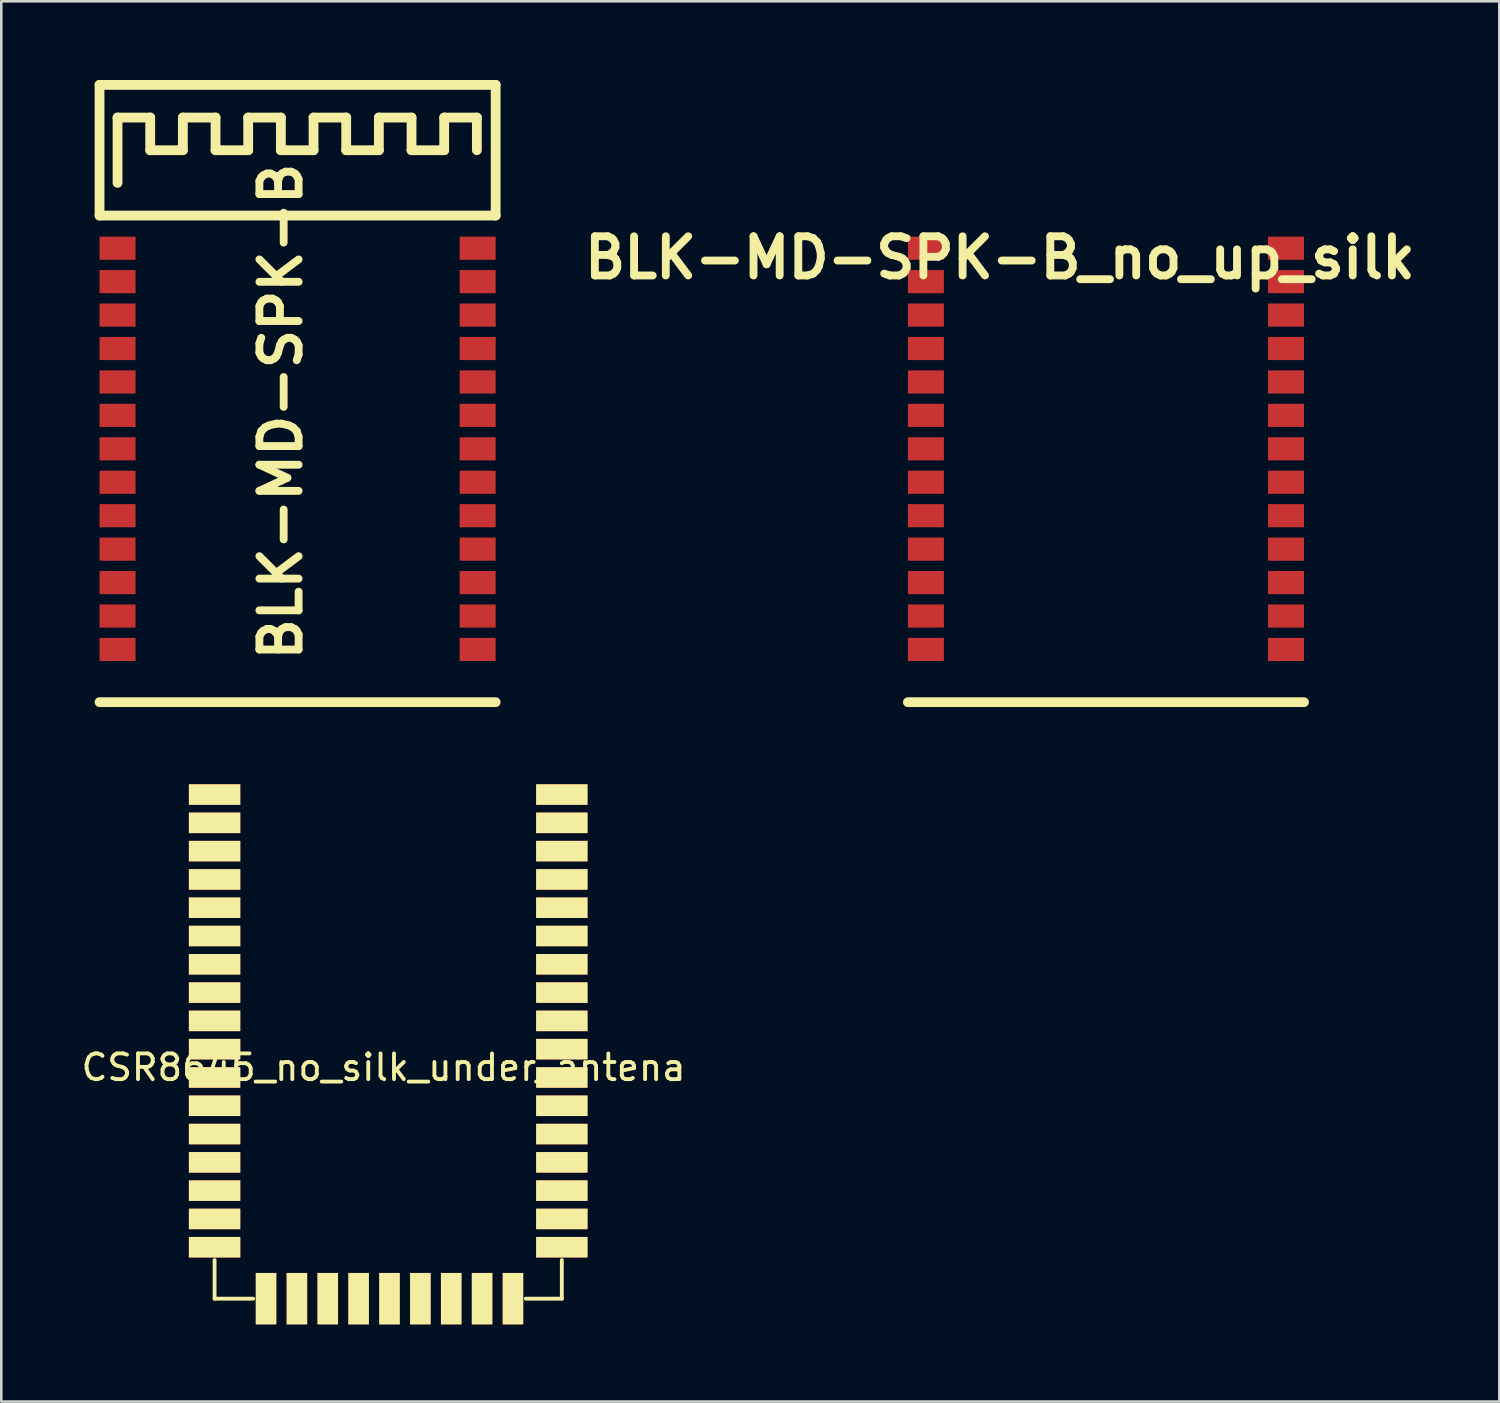
<source format=kicad_pcb>
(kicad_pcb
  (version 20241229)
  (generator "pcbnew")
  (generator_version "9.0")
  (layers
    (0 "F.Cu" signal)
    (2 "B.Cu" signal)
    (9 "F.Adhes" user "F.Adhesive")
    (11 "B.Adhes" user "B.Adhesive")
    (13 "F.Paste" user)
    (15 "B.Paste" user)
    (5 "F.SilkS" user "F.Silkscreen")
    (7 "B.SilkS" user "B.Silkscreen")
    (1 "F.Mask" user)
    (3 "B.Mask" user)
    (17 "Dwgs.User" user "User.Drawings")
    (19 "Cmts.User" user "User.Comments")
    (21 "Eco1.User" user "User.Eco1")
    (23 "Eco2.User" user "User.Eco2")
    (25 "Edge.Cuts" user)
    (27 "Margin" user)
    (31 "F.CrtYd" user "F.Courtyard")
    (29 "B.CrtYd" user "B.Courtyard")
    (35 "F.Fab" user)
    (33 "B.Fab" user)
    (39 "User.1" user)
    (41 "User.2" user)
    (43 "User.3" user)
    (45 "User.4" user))
  (footprint "BLK-MD-SPK-B"
    (layer "F.Cu")
    (at 0.25 0.25)
    (property "Reference" "BLK-MD-SPK-B" (at 7.62 12.7 90) (layer "F.SilkS") (effects (font (size 1.524 1.524) (thickness 0.305))))
    (attr through_hole)
    (fp_line (start 0.57 0) (end 0.57 5.08) (stroke (width 0.381) (type solid)) (layer "F.SilkS"))
    (fp_line (start 0.57 24) (end 15.97 24) (stroke (width 0.381) (type solid)) (layer "F.SilkS"))
    (fp_line (start 1.27 1.27) (end 2.54 1.27) (stroke (width 0.381) (type solid)) (layer "F.SilkS"))
    (fp_line (start 1.27 3.81) (end 1.27 1.27) (stroke (width 0.381) (type solid)) (layer "F.SilkS"))
    (fp_line (start 2.54 1.27) (end 2.54 2.54) (stroke (width 0.381) (type solid)) (layer "F.SilkS"))
    (fp_line (start 2.54 2.54) (end 3.81 2.54) (stroke (width 0.381) (type solid)) (layer "F.SilkS"))
    (fp_line (start 3.81 1.27) (end 5.08 1.27) (stroke (width 0.381) (type solid)) (layer "F.SilkS"))
    (fp_line (start 3.81 2.54) (end 3.81 1.27) (stroke (width 0.381) (type solid)) (layer "F.SilkS"))
    (fp_line (start 5.08 1.27) (end 5.08 2.54) (stroke (width 0.381) (type solid)) (layer "F.SilkS"))
    (fp_line (start 5.08 2.54) (end 6.35 2.54) (stroke (width 0.381) (type solid)) (layer "F.SilkS"))
    (fp_line (start 6.35 1.27) (end 7.62 1.27) (stroke (width 0.381) (type solid)) (layer "F.SilkS"))
    (fp_line (start 6.35 2.54) (end 6.35 1.27) (stroke (width 0.381) (type solid)) (layer "F.SilkS"))
    (fp_line (start 7.62 1.27) (end 7.62 2.54) (stroke (width 0.381) (type solid)) (layer "F.SilkS"))
    (fp_line (start 7.62 2.54) (end 8.89 2.54) (stroke (width 0.381) (type solid)) (layer "F.SilkS"))
    (fp_line (start 8.89 1.27) (end 10.16 1.27) (stroke (width 0.381) (type solid)) (layer "F.SilkS"))
    (fp_line (start 8.89 2.54) (end 8.89 1.27) (stroke (width 0.381) (type solid)) (layer "F.SilkS"))
    (fp_line (start 10.16 1.27) (end 10.16 2.54) (stroke (width 0.381) (type solid)) (layer "F.SilkS"))
    (fp_line (start 10.16 2.54) (end 11.43 2.54) (stroke (width 0.381) (type solid)) (layer "F.SilkS"))
    (fp_line (start 11.43 1.27) (end 12.7 1.27) (stroke (width 0.381) (type solid)) (layer "F.SilkS"))
    (fp_line (start 11.43 2.54) (end 11.43 1.27) (stroke (width 0.381) (type solid)) (layer "F.SilkS"))
    (fp_line (start 12.7 1.27) (end 12.7 2.54) (stroke (width 0.381) (type solid)) (layer "F.SilkS"))
    (fp_line (start 12.7 2.54) (end 13.97 2.54) (stroke (width 0.381) (type solid)) (layer "F.SilkS"))
    (fp_line (start 13.97 1.27) (end 15.24 1.27) (stroke (width 0.381) (type solid)) (layer "F.SilkS"))
    (fp_line (start 13.97 2.54) (end 13.97 1.27) (stroke (width 0.381) (type solid)) (layer "F.SilkS"))
    (fp_line (start 15.24 1.27) (end 15.24 2.54) (stroke (width 0.381) (type solid)) (layer "F.SilkS"))
    (fp_line (start 15.97 0) (end 0.57 0) (stroke (width 0.381) (type solid)) (layer "F.SilkS"))
    (fp_line (start 15.97 5.08) (end 0.57 5.08) (stroke (width 0.381) (type solid)) (layer "F.SilkS"))
    (fp_line (start 15.97 5.08) (end 15.97 0) (stroke (width 0.381) (type solid)) (layer "F.SilkS"))
    (pad "1" smd rect (at 1.27 6.35 180) (size 1.4 0.9) (layers "F.Cu" "F.Mask" "F.Paste"))
    (pad "2" smd rect (at 1.27 7.65 180) (size 1.4 0.9) (layers "F.Cu" "F.Mask" "F.Paste"))
    (pad "3" smd rect (at 1.27 8.95 180) (size 1.4 0.9) (layers "F.Cu" "F.Mask" "F.Paste"))
    (pad "4" smd rect (at 1.27 10.25 180) (size 1.4 0.9) (layers "F.Cu" "F.Mask" "F.Paste"))
    (pad "5" smd rect (at 1.27 11.55 180) (size 1.4 0.9) (layers "F.Cu" "F.Mask" "F.Paste"))
    (pad "6" smd rect (at 1.27 12.85 180) (size 1.4 0.9) (layers "F.Cu" "F.Mask" "F.Paste"))
    (pad "7" smd rect (at 1.27 14.15 180) (size 1.4 0.9) (layers "F.Cu" "F.Mask" "F.Paste"))
    (pad "8" smd rect (at 1.27 15.45 180) (size 1.4 0.9) (layers "F.Cu" "F.Mask" "F.Paste"))
    (pad "9" smd rect (at 1.27 16.75 180) (size 1.4 0.9) (layers "F.Cu" "F.Mask" "F.Paste"))
    (pad "10" smd rect (at 1.27 18.05 180) (size 1.4 0.9) (layers "F.Cu" "F.Mask" "F.Paste"))
    (pad "11" smd rect (at 1.27 19.35 180) (size 1.4 0.9) (layers "F.Cu" "F.Mask" "F.Paste"))
    (pad "12" smd rect (at 1.27 20.65 180) (size 1.4 0.9) (layers "F.Cu" "F.Mask" "F.Paste"))
    (pad "13" smd rect (at 1.27 21.95 180) (size 1.4 0.9) (layers "F.Cu" "F.Mask" "F.Paste"))
    (pad "14" smd rect (at 15.27 21.95 180) (size 1.4 0.9) (layers "F.Cu" "F.Mask" "F.Paste"))
    (pad "15" smd rect (at 15.27 20.65 180) (size 1.4 0.9) (layers "F.Cu" "F.Mask" "F.Paste"))
    (pad "16" smd rect (at 15.27 19.35 180) (size 1.4 0.9) (layers "F.Cu" "F.Mask" "F.Paste"))
    (pad "17" smd rect (at 15.27 18.05 180) (size 1.4 0.9) (layers "F.Cu" "F.Mask" "F.Paste"))
    (pad "18" smd rect (at 15.27 16.75 180) (size 1.4 0.9) (layers "F.Cu" "F.Mask" "F.Paste"))
    (pad "19" smd rect (at 15.27 15.45 180) (size 1.4 0.9) (layers "F.Cu" "F.Mask" "F.Paste"))
    (pad "20" smd rect (at 15.27 14.15 180) (size 1.4 0.9) (layers "F.Cu" "F.Mask" "F.Paste"))
    (pad "21" smd rect (at 15.27 12.85 180) (size 1.4 0.9) (layers "F.Cu" "F.Mask" "F.Paste"))
    (pad "22" smd rect (at 15.27 11.55 180) (size 1.4 0.9) (layers "F.Cu" "F.Mask" "F.Paste"))
    (pad "23" smd rect (at 15.27 10.25 180) (size 1.4 0.9) (layers "F.Cu" "F.Mask" "F.Paste"))
    (pad "24" smd rect (at 15.27 8.95 180) (size 1.4 0.9) (layers "F.Cu" "F.Mask" "F.Paste"))
    (pad "25" smd rect (at 15.27 7.65 180) (size 1.4 0.9) (layers "F.Cu" "F.Mask" "F.Paste"))
    (pad "26" smd rect (at 15.27 6.35 180) (size 1.4 0.9) (layers "F.Cu" "F.Mask" "F.Paste")))
  (footprint "CSR8645_no_silk_under_antena"
    (layer "F.Cu")
    (at 5.293 47.441)
    (property "Reference" "CSR8645_no_silk_under_antena" (at 6.57 -8.99 0) (layer "F.SilkS") (effects (font (size 1 1) (thickness 0.15))))
    (attr through_hole)
    (fp_line (start 0 -1.5) (end 0 0) (stroke (width 0.15) (type solid)) (layer "F.SilkS"))
    (fp_line (start 0 0) (end 1.5 0) (stroke (width 0.15) (type solid)) (layer "F.SilkS"))
    (fp_line (start 13.5 -1.5) (end 13.5 0) (stroke (width 0.15) (type solid)) (layer "F.SilkS"))
    (fp_line (start 13.5 0) (end 12.1 0) (stroke (width 0.15) (type solid)) (layer "F.SilkS"))
    (pad "1" smd rect (at 0 -19.6) (size 2 0.8) (layers "F.Cu" "F.Mask" "F.SilkS" "F.Paste"))
    (pad "2" smd rect (at 0 -18.5) (size 2 0.8) (layers "F.Cu" "F.Mask" "F.SilkS" "F.Paste"))
    (pad "3" smd rect (at 0 -17.4) (size 2 0.8) (layers "F.Cu" "F.Mask" "F.SilkS" "F.Paste"))
    (pad "4" smd rect (at 0 -16.3) (size 2 0.8) (layers "F.Cu" "F.Mask" "F.SilkS" "F.Paste"))
    (pad "5" smd rect (at 0 -15.2) (size 2 0.8) (layers "F.Cu" "F.Mask" "F.SilkS" "F.Paste"))
    (pad "6" smd rect (at 0 -14.1) (size 2 0.8) (layers "F.Cu" "F.Mask" "F.SilkS" "F.Paste"))
    (pad "7" smd rect (at 0 -13) (size 2 0.8) (layers "F.Cu" "F.Mask" "F.SilkS" "F.Paste"))
    (pad "8" smd rect (at 0 -11.9) (size 2 0.8) (layers "F.Cu" "F.Mask" "F.SilkS" "F.Paste"))
    (pad "9" smd rect (at 0 -10.8) (size 2 0.8) (layers "F.Cu" "F.Mask" "F.SilkS" "F.Paste"))
    (pad "10" smd rect (at 0 -9.7) (size 2 0.8) (layers "F.Cu" "F.Mask" "F.SilkS" "F.Paste"))
    (pad "11" smd rect (at 0 -8.6) (size 2 0.8) (layers "F.Cu" "F.Mask" "F.SilkS" "F.Paste"))
    (pad "12" smd rect (at 0 -7.5) (size 2 0.8) (layers "F.Cu" "F.Mask" "F.SilkS" "F.Paste"))
    (pad "13" smd rect (at 0 -6.4) (size 2 0.8) (layers "F.Cu" "F.Mask" "F.SilkS" "F.Paste"))
    (pad "14" smd rect (at 0 -5.3) (size 2 0.8) (layers "F.Cu" "F.Mask" "F.SilkS" "F.Paste"))
    (pad "15" smd rect (at 0 -4.2) (size 2 0.8) (layers "F.Cu" "F.Mask" "F.SilkS" "F.Paste"))
    (pad "16" smd rect (at 0 -3.1) (size 2 0.8) (layers "F.Cu" "F.Mask" "F.SilkS" "F.Paste"))
    (pad "17" smd rect (at 0 -2) (size 2 0.8) (layers "F.Cu" "F.Mask" "F.SilkS" "F.Paste"))
    (pad "18" smd rect (at 2 0) (size 0.8 2) (layers "F.Cu" "F.Mask" "F.SilkS" "F.Paste"))
    (pad "19" smd rect (at 3.2 0) (size 0.8 2) (layers "F.Cu" "F.Mask" "F.SilkS" "F.Paste"))
    (pad "20" smd rect (at 4.4 0) (size 0.8 2) (layers "F.Cu" "F.Mask" "F.SilkS" "F.Paste"))
    (pad "21" smd rect (at 5.6 0) (size 0.8 2) (layers "F.Cu" "F.Mask" "F.SilkS" "F.Paste"))
    (pad "22" smd rect (at 6.8 0) (size 0.8 2) (layers "F.Cu" "F.Mask" "F.SilkS" "F.Paste"))
    (pad "23" smd rect (at 8 0) (size 0.8 2) (layers "F.Cu" "F.Mask" "F.SilkS" "F.Paste"))
    (pad "24" smd rect (at 9.2 0) (size 0.8 2) (layers "F.Cu" "F.Mask" "F.SilkS" "F.Paste"))
    (pad "25" smd rect (at 10.4 0) (size 0.8 2) (layers "F.Cu" "F.Mask" "F.SilkS" "F.Paste"))
    (pad "26" smd rect (at 11.6 0) (size 0.8 2) (layers "F.Cu" "F.Mask" "F.SilkS" "F.Paste"))
    (pad "27" smd rect (at 13.5 -19.6) (size 2 0.8) (layers "F.Cu" "F.Mask" "F.SilkS" "F.Paste"))
    (pad "28" smd rect (at 13.5 -18.5) (size 2 0.8) (layers "F.Cu" "F.Mask" "F.SilkS" "F.Paste"))
    (pad "29" smd rect (at 13.5 -17.4) (size 2 0.8) (layers "F.Cu" "F.Mask" "F.SilkS" "F.Paste"))
    (pad "30" smd rect (at 13.5 -16.3) (size 2 0.8) (layers "F.Cu" "F.Mask" "F.SilkS" "F.Paste"))
    (pad "31" smd rect (at 13.5 -15.2) (size 2 0.8) (layers "F.Cu" "F.Mask" "F.SilkS" "F.Paste"))
    (pad "32" smd rect (at 13.5 -14.1) (size 2 0.8) (layers "F.Cu" "F.Mask" "F.SilkS" "F.Paste"))
    (pad "33" smd rect (at 13.5 -13) (size 2 0.8) (layers "F.Cu" "F.Mask" "F.SilkS" "F.Paste"))
    (pad "34" smd rect (at 13.5 -11.9) (size 2 0.8) (layers "F.Cu" "F.Mask" "F.SilkS" "F.Paste"))
    (pad "35" smd rect (at 13.5 -10.8) (size 2 0.8) (layers "F.Cu" "F.Mask" "F.SilkS" "F.Paste"))
    (pad "36" smd rect (at 13.5 -9.7) (size 2 0.8) (layers "F.Cu" "F.Mask" "F.SilkS" "F.Paste"))
    (pad "37" smd rect (at 13.5 -8.6) (size 2 0.8) (layers "F.Cu" "F.Mask" "F.SilkS" "F.Paste"))
    (pad "38" smd rect (at 13.5 -7.5) (size 2 0.8) (layers "F.Cu" "F.Mask" "F.SilkS" "F.Paste"))
    (pad "39" smd rect (at 13.5 -6.4) (size 2 0.8) (layers "F.Cu" "F.Mask" "F.SilkS" "F.Paste"))
    (pad "40" smd rect (at 13.5 -5.3) (size 2 0.8) (layers "F.Cu" "F.Mask" "F.SilkS" "F.Paste"))
    (pad "41" smd rect (at 13.5 -4.2) (size 2 0.8) (layers "F.Cu" "F.Mask" "F.SilkS" "F.Paste"))
    (pad "42" smd rect (at 13.5 -3.1) (size 2 0.8) (layers "F.Cu" "F.Mask" "F.SilkS" "F.Paste"))
    (pad "43" smd rect (at 13.5 -2) (size 2 0.8) (layers "F.Cu" "F.Mask" "F.SilkS" "F.Paste")))
  (footprint "BLK-MD-SPK-B_no_up_silk"
    (layer "F.Cu")
    (at 31.678 0.25)
    (property "Reference" "BLK-MD-SPK-B_no_up_silk" (at 4.148 6.721 0) (layer "F.SilkS") (effects (font (size 1.524 1.524) (thickness 0.305))))
    (attr through_hole)
    (fp_line (start 0.57 24) (end 15.97 24) (stroke (width 0.381) (type solid)) (layer "F.SilkS"))
    (pad "1" smd rect (at 1.27 6.35 180) (size 1.4 0.9) (layers "F.Cu" "F.Mask" "F.Paste"))
    (pad "2" smd rect (at 1.27 7.65 180) (size 1.4 0.9) (layers "F.Cu" "F.Mask" "F.Paste"))
    (pad "3" smd rect (at 1.27 8.95 180) (size 1.4 0.9) (layers "F.Cu" "F.Mask" "F.Paste"))
    (pad "4" smd rect (at 1.27 10.25 180) (size 1.4 0.9) (layers "F.Cu" "F.Mask" "F.Paste"))
    (pad "5" smd rect (at 1.27 11.55 180) (size 1.4 0.9) (layers "F.Cu" "F.Mask" "F.Paste"))
    (pad "6" smd rect (at 1.27 12.85 180) (size 1.4 0.9) (layers "F.Cu" "F.Mask" "F.Paste"))
    (pad "7" smd rect (at 1.27 14.15 180) (size 1.4 0.9) (layers "F.Cu" "F.Mask" "F.Paste"))
    (pad "8" smd rect (at 1.27 15.45 180) (size 1.4 0.9) (layers "F.Cu" "F.Mask" "F.Paste"))
    (pad "9" smd rect (at 1.27 16.75 180) (size 1.4 0.9) (layers "F.Cu" "F.Mask" "F.Paste"))
    (pad "10" smd rect (at 1.27 18.05 180) (size 1.4 0.9) (layers "F.Cu" "F.Mask" "F.Paste"))
    (pad "11" smd rect (at 1.27 19.35 180) (size 1.4 0.9) (layers "F.Cu" "F.Mask" "F.Paste"))
    (pad "12" smd rect (at 1.27 20.65 180) (size 1.4 0.9) (layers "F.Cu" "F.Mask" "F.Paste"))
    (pad "13" smd rect (at 1.27 21.95 180) (size 1.4 0.9) (layers "F.Cu" "F.Mask" "F.Paste"))
    (pad "14" smd rect (at 15.27 21.95 180) (size 1.4 0.9) (layers "F.Cu" "F.Mask" "F.Paste"))
    (pad "15" smd rect (at 15.27 20.65 180) (size 1.4 0.9) (layers "F.Cu" "F.Mask" "F.Paste"))
    (pad "16" smd rect (at 15.27 19.35 180) (size 1.4 0.9) (layers "F.Cu" "F.Mask" "F.Paste"))
    (pad "17" smd rect (at 15.27 18.05 180) (size 1.4 0.9) (layers "F.Cu" "F.Mask" "F.Paste"))
    (pad "18" smd rect (at 15.27 16.75 180) (size 1.4 0.9) (layers "F.Cu" "F.Mask" "F.Paste"))
    (pad "19" smd rect (at 15.27 15.45 180) (size 1.4 0.9) (layers "F.Cu" "F.Mask" "F.Paste"))
    (pad "20" smd rect (at 15.27 14.15 180) (size 1.4 0.9) (layers "F.Cu" "F.Mask" "F.Paste"))
    (pad "21" smd rect (at 15.27 12.85 180) (size 1.4 0.9) (layers "F.Cu" "F.Mask" "F.Paste"))
    (pad "22" smd rect (at 15.27 11.55 180) (size 1.4 0.9) (layers "F.Cu" "F.Mask" "F.Paste"))
    (pad "23" smd rect (at 15.27 10.25 180) (size 1.4 0.9) (layers "F.Cu" "F.Mask" "F.Paste"))
    (pad "24" smd rect (at 15.27 8.95 180) (size 1.4 0.9) (layers "F.Cu" "F.Mask" "F.Paste"))
    (pad "25" smd rect (at 15.27 7.65 180) (size 1.4 0.9) (layers "F.Cu" "F.Mask" "F.Paste"))
    (pad "26" smd rect (at 15.27 6.35 180) (size 1.4 0.9) (layers "F.Cu" "F.Mask" "F.Paste")))
  (gr_rect
    (start -3 -3)
    (end 55.242 51.441)
    (stroke (width 0.1) (type default))
    (fill no)
    (layer "Edge.Cuts")))
</source>
